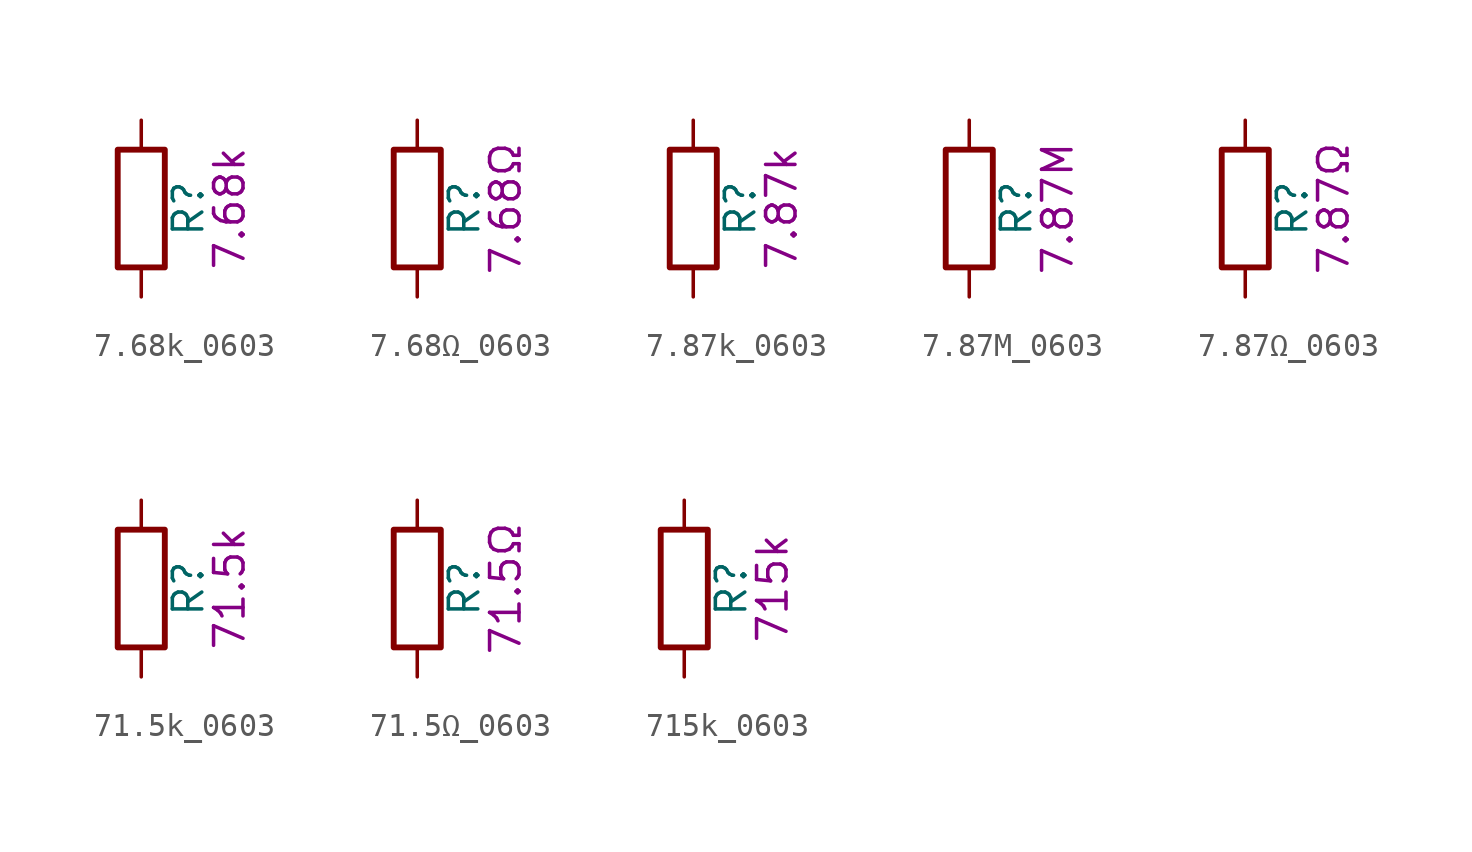
<source format=kicad_sym>
(kicad_symbol_lib
  (version 20211014)
  (generator kicad_symbol_editor)
  (symbol "7.68k_0603"
    (pin_numbers hide)
    (pin_names
      (offset 0))
    (property "Reference" "R"
      (at 2.032 0 90)
      (effects (font (size 1.27 1.27))))
    (property "Display" "7.68k"
      (at 3.81 0 90)
      (effects (font (size 1.27 1.27))))
    (symbol "7.68k_0603_0_1"
      (rectangle (start -1.016 -2.54) (end 1.016 2.54) (stroke (width 0.254) (type default) (color 0 0 0 0)) (fill (type none))))
    (symbol "7.68k_0603_1_1"
      (pin passive line (at 0 3.81 270) (length 1.27) (name "~" (effects (font (size 1.27 1.27)))) (number "1" (effects (font (size 1.27 1.27)))))
      (pin passive line (at 0 -3.81 90) (length 1.27) (name "~" (effects (font (size 1.27 1.27)))) (number "2" (effects (font (size 1.27 1.27)))))))
  (symbol "7.68Ω_0603"
    (pin_numbers hide)
    (pin_names
      (offset 0))
    (property "Reference" "R"
      (at 2.032 0 90)
      (effects (font (size 1.27 1.27))))
    (property "Display" "7.68Ω"
      (at 3.81 0 90)
      (effects (font (size 1.27 1.27))))
    (symbol "7.68Ω_0603_0_1"
      (rectangle (start -1.016 -2.54) (end 1.016 2.54) (stroke (width 0.254) (type default) (color 0 0 0 0)) (fill (type none))))
    (symbol "7.68Ω_0603_1_1"
      (pin passive line (at 0 3.81 270) (length 1.27) (name "~" (effects (font (size 1.27 1.27)))) (number "1" (effects (font (size 1.27 1.27)))))
      (pin passive line (at 0 -3.81 90) (length 1.27) (name "~" (effects (font (size 1.27 1.27)))) (number "2" (effects (font (size 1.27 1.27)))))))
  (symbol "7.87k_0603"
    (pin_numbers hide)
    (pin_names
      (offset 0))
    (property "Reference" "R"
      (at 2.032 0 90)
      (effects (font (size 1.27 1.27))))
    (property "Display" "7.87k"
      (at 3.81 0 90)
      (effects (font (size 1.27 1.27))))
    (symbol "7.87k_0603_0_1"
      (rectangle (start -1.016 -2.54) (end 1.016 2.54) (stroke (width 0.254) (type default) (color 0 0 0 0)) (fill (type none))))
    (symbol "7.87k_0603_1_1"
      (pin passive line (at 0 3.81 270) (length 1.27) (name "~" (effects (font (size 1.27 1.27)))) (number "1" (effects (font (size 1.27 1.27)))))
      (pin passive line (at 0 -3.81 90) (length 1.27) (name "~" (effects (font (size 1.27 1.27)))) (number "2" (effects (font (size 1.27 1.27)))))))
  (symbol "7.87M_0603"
    (pin_numbers hide)
    (pin_names
      (offset 0))
    (property "Reference" "R"
      (at 2.032 0 90)
      (effects (font (size 1.27 1.27))))
    (property "Display" "7.87M"
      (at 3.81 0 90)
      (effects (font (size 1.27 1.27))))
    (symbol "7.87M_0603_0_1"
      (rectangle (start -1.016 -2.54) (end 1.016 2.54) (stroke (width 0.254) (type default) (color 0 0 0 0)) (fill (type none))))
    (symbol "7.87M_0603_1_1"
      (pin passive line (at 0 3.81 270) (length 1.27) (name "~" (effects (font (size 1.27 1.27)))) (number "1" (effects (font (size 1.27 1.27)))))
      (pin passive line (at 0 -3.81 90) (length 1.27) (name "~" (effects (font (size 1.27 1.27)))) (number "2" (effects (font (size 1.27 1.27)))))))
  (symbol "7.87Ω_0603"
    (pin_numbers hide)
    (pin_names
      (offset 0))
    (property "Reference" "R"
      (at 2.032 0 90)
      (effects (font (size 1.27 1.27))))
    (property "Display" "7.87Ω"
      (at 3.81 0 90)
      (effects (font (size 1.27 1.27))))
    (symbol "7.87Ω_0603_0_1"
      (rectangle (start -1.016 -2.54) (end 1.016 2.54) (stroke (width 0.254) (type default) (color 0 0 0 0)) (fill (type none))))
    (symbol "7.87Ω_0603_1_1"
      (pin passive line (at 0 3.81 270) (length 1.27) (name "~" (effects (font (size 1.27 1.27)))) (number "1" (effects (font (size 1.27 1.27)))))
      (pin passive line (at 0 -3.81 90) (length 1.27) (name "~" (effects (font (size 1.27 1.27)))) (number "2" (effects (font (size 1.27 1.27)))))))
  (symbol "71.5k_0603"
    (pin_numbers hide)
    (pin_names
      (offset 0))
    (property "Reference" "R"
      (at 2.032 0 90)
      (effects (font (size 1.27 1.27))))
    (property "Display" "71.5k"
      (at 3.81 0 90)
      (effects (font (size 1.27 1.27))))
    (symbol "71.5k_0603_0_1"
      (rectangle (start -1.016 -2.54) (end 1.016 2.54) (stroke (width 0.254) (type default) (color 0 0 0 0)) (fill (type none))))
    (symbol "71.5k_0603_1_1"
      (pin passive line (at 0 3.81 270) (length 1.27) (name "~" (effects (font (size 1.27 1.27)))) (number "1" (effects (font (size 1.27 1.27)))))
      (pin passive line (at 0 -3.81 90) (length 1.27) (name "~" (effects (font (size 1.27 1.27)))) (number "2" (effects (font (size 1.27 1.27)))))))
  (symbol "71.5Ω_0603"
    (pin_numbers hide)
    (pin_names
      (offset 0))
    (property "Reference" "R"
      (at 2.032 0 90)
      (effects (font (size 1.27 1.27))))
    (property "Display" "71.5Ω"
      (at 3.81 0 90)
      (effects (font (size 1.27 1.27))))
    (symbol "71.5Ω_0603_0_1"
      (rectangle (start -1.016 -2.54) (end 1.016 2.54) (stroke (width 0.254) (type default) (color 0 0 0 0)) (fill (type none))))
    (symbol "71.5Ω_0603_1_1"
      (pin passive line (at 0 3.81 270) (length 1.27) (name "~" (effects (font (size 1.27 1.27)))) (number "1" (effects (font (size 1.27 1.27)))))
      (pin passive line (at 0 -3.81 90) (length 1.27) (name "~" (effects (font (size 1.27 1.27)))) (number "2" (effects (font (size 1.27 1.27)))))))
  (symbol "715k_0603"
    (pin_numbers hide)
    (pin_names
      (offset 0))
    (property "Reference" "R"
      (at 2.032 0 90)
      (effects (font (size 1.27 1.27))))
    (property "Display" "715k"
      (at 3.81 0 90)
      (effects (font (size 1.27 1.27))))
    (symbol "715k_0603_0_1"
      (rectangle (start -1.016 -2.54) (end 1.016 2.54) (stroke (width 0.254) (type default) (color 0 0 0 0)) (fill (type none))))
    (symbol "715k_0603_1_1"
      (pin passive line (at 0 3.81 270) (length 1.27) (name "~" (effects (font (size 1.27 1.27)))) (number "1" (effects (font (size 1.27 1.27)))))
      (pin passive line (at 0 -3.81 90) (length 1.27) (name "~" (effects (font (size 1.27 1.27)))) (number "2" (effects (font (size 1.27 1.27))))))))
</source>
